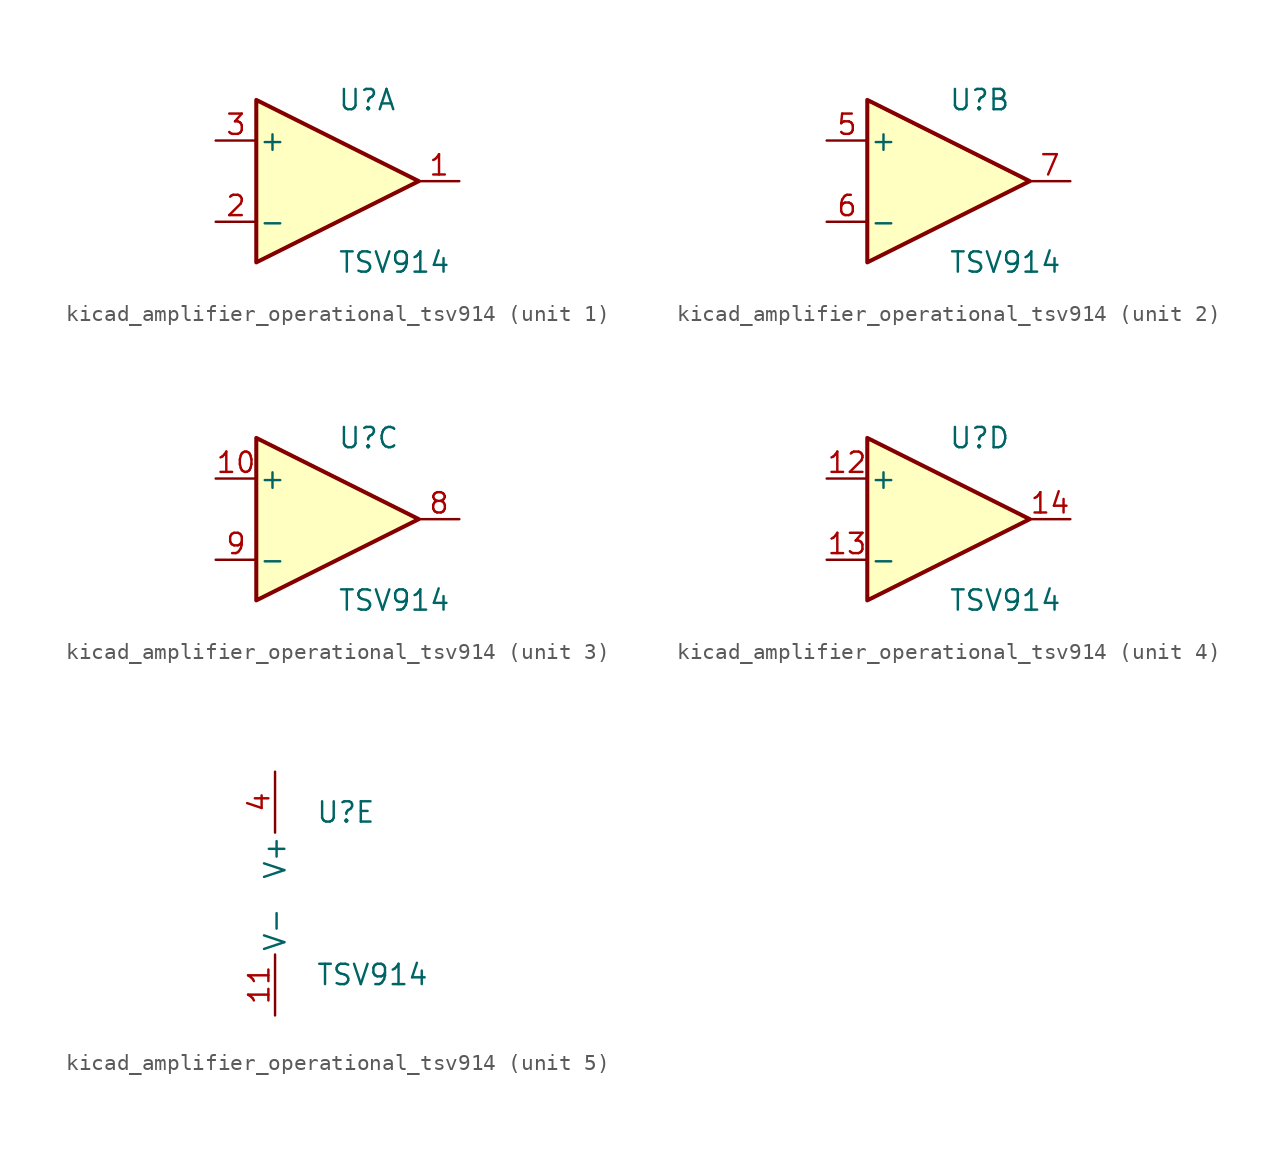
<source format=kicad_sym>
(kicad_symbol_lib
  (version 20220914)
  (generator kicad_symbol_editor)
  (symbol "kicad_amplifier_operational_tsv914"
    (pin_names
      (offset 0.127))
    (property "Reference" "U"
      (at 0 5.08 0)
      (effects (font (size 1.27 1.27)) (justify left)))
    (property "Value" "TSV914"
      (at 0 -5.08 0)
      (effects (font (size 1.27 1.27)) (justify left)))
    (property "ki_locked" ""
      (at 0 0 0)
      (effects (font (size 1.27 1.27))))
    (symbol "kicad_amplifier_operational_tsv914_1_1"
      (polyline (pts (xy -5.08 5.08) (xy 5.08 0) (xy -5.08 -5.08) (xy -5.08 5.08)) (stroke (width 0.254) (type default)) (fill (type background)))
      (pin output line (at 7.62 0 180) (length 2.54) (name "~" (effects (font (size 1.27 1.27)))) (number "1" (effects (font (size 1.27 1.27)))))
      (pin input line (at -7.62 -2.54 0) (length 2.54) (name "-" (effects (font (size 1.27 1.27)))) (number "2" (effects (font (size 1.27 1.27)))))
      (pin input line (at -7.62 2.54 0) (length 2.54) (name "+" (effects (font (size 1.27 1.27)))) (number "3" (effects (font (size 1.27 1.27))))))
    (symbol "kicad_amplifier_operational_tsv914_2_1"
      (polyline (pts (xy -5.08 5.08) (xy 5.08 0) (xy -5.08 -5.08) (xy -5.08 5.08)) (stroke (width 0.254) (type default)) (fill (type background)))
      (pin input line (at -7.62 2.54 0) (length 2.54) (name "+" (effects (font (size 1.27 1.27)))) (number "5" (effects (font (size 1.27 1.27)))))
      (pin input line (at -7.62 -2.54 0) (length 2.54) (name "-" (effects (font (size 1.27 1.27)))) (number "6" (effects (font (size 1.27 1.27)))))
      (pin output line (at 7.62 0 180) (length 2.54) (name "~" (effects (font (size 1.27 1.27)))) (number "7" (effects (font (size 1.27 1.27))))))
    (symbol "kicad_amplifier_operational_tsv914_3_1"
      (polyline (pts (xy -5.08 5.08) (xy 5.08 0) (xy -5.08 -5.08) (xy -5.08 5.08)) (stroke (width 0.254) (type default)) (fill (type background)))
      (pin input line (at -7.62 2.54 0) (length 2.54) (name "+" (effects (font (size 1.27 1.27)))) (number "10" (effects (font (size 1.27 1.27)))))
      (pin output line (at 7.62 0 180) (length 2.54) (name "~" (effects (font (size 1.27 1.27)))) (number "8" (effects (font (size 1.27 1.27)))))
      (pin input line (at -7.62 -2.54 0) (length 2.54) (name "-" (effects (font (size 1.27 1.27)))) (number "9" (effects (font (size 1.27 1.27))))))
    (symbol "kicad_amplifier_operational_tsv914_4_1"
      (polyline (pts (xy -5.08 5.08) (xy 5.08 0) (xy -5.08 -5.08) (xy -5.08 5.08)) (stroke (width 0.254) (type default)) (fill (type background)))
      (pin input line (at -7.62 2.54 0) (length 2.54) (name "+" (effects (font (size 1.27 1.27)))) (number "12" (effects (font (size 1.27 1.27)))))
      (pin input line (at -7.62 -2.54 0) (length 2.54) (name "-" (effects (font (size 1.27 1.27)))) (number "13" (effects (font (size 1.27 1.27)))))
      (pin output line (at 7.62 0 180) (length 2.54) (name "~" (effects (font (size 1.27 1.27)))) (number "14" (effects (font (size 1.27 1.27))))))
    (symbol "kicad_amplifier_operational_tsv914_5_1"
      (pin power_in line (at -2.54 -7.62 90) (length 3.81) (name "V-" (effects (font (size 1.27 1.27)))) (number "11" (effects (font (size 1.27 1.27)))))
      (pin power_in line (at -2.54 7.62 270) (length 3.81) (name "V+" (effects (font (size 1.27 1.27)))) (number "4" (effects (font (size 1.27 1.27))))))))
</source>
